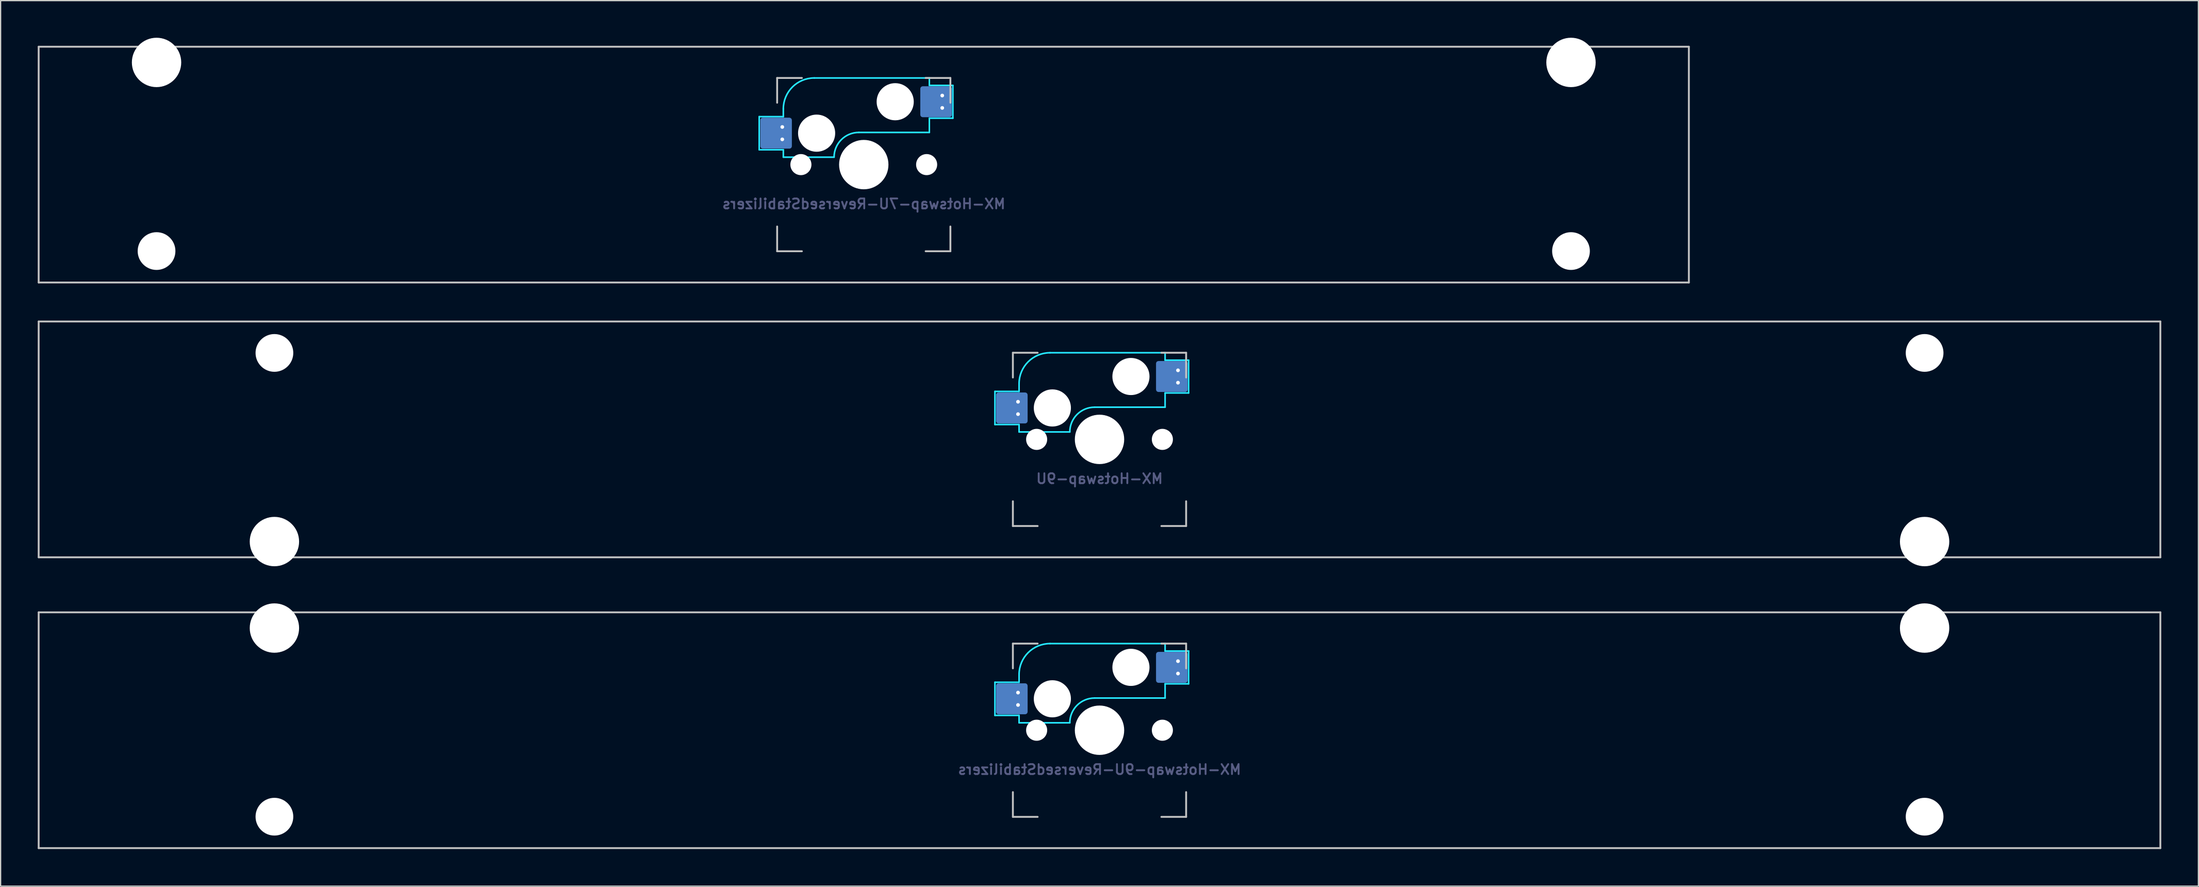
<source format=kicad_pcb>
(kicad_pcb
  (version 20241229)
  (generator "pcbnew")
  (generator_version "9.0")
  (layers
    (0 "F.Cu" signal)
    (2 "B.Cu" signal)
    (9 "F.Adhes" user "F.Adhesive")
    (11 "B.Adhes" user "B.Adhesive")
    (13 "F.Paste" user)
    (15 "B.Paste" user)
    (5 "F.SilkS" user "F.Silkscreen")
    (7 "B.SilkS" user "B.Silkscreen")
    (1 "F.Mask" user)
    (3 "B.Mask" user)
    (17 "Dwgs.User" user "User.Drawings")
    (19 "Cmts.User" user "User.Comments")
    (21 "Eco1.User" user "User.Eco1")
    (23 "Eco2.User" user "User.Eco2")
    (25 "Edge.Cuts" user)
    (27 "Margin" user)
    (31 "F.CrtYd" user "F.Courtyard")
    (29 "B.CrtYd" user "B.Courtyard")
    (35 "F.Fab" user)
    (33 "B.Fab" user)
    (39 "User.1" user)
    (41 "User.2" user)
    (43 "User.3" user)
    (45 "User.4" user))
  (footprint "MX-Hotswap-9U-ReversedStabilizers"
    (layer "F.Cu")
    (at 85.8 55.947)
    (property "Reference" "MX-Hotswap-9U-ReversedStabilizers" (at 0 3.175 0) (layer "B.Fab") (effects (font (size 0.8 0.8) (thickness 0.15)) (justify mirror)))
    (attr smd)
    (fp_line (start -85.725 9.525) (end -85.725 -9.525) (stroke (width 0.15) (type solid)) (layer "Dwgs.User"))
    (fp_line (start -7 -7) (end -7 -5) (stroke (width 0.15) (type solid)) (layer "Dwgs.User"))
    (fp_line (start -7 5) (end -7 7) (stroke (width 0.15) (type solid)) (layer "Dwgs.User"))
    (fp_line (start -7 7) (end -5 7) (stroke (width 0.15) (type solid)) (layer "Dwgs.User"))
    (fp_line (start -5 -7) (end -7 -7) (stroke (width 0.15) (type solid)) (layer "Dwgs.User"))
    (fp_line (start 5 -7) (end 7 -7) (stroke (width 0.15) (type solid)) (layer "Dwgs.User"))
    (fp_line (start 5 7) (end 7 7) (stroke (width 0.15) (type solid)) (layer "Dwgs.User"))
    (fp_line (start 7 -7) (end 7 -5) (stroke (width 0.15) (type solid)) (layer "Dwgs.User"))
    (fp_line (start 7 7) (end 7 5) (stroke (width 0.15) (type solid)) (layer "Dwgs.User"))
    (fp_line (start 85.725 -9.525) (end -85.725 -9.525) (stroke (width 0.15) (type solid)) (layer "Dwgs.User"))
    (fp_line (start 85.725 9.525) (end -85.725 9.525) (stroke (width 0.15) (type solid)) (layer "Dwgs.User"))
    (fp_line (start 85.725 9.525) (end 85.725 -9.525) (stroke (width 0.15) (type solid)) (layer "Dwgs.User"))
    (fp_line (start -8.45 -3.875) (end -8.45 -1.2) (stroke (width 0.127) (type solid)) (layer "B.CrtYd"))
    (fp_line (start -8.45 -1.2) (end -6.5 -1.2) (stroke (width 0.127) (type solid)) (layer "B.CrtYd"))
    (fp_line (start -6.5 -4.5) (end -6.5 -3.875) (stroke (width 0.127) (type solid)) (layer "B.CrtYd"))
    (fp_line (start -6.5 -3.875) (end -8.45 -3.875) (stroke (width 0.127) (type solid)) (layer "B.CrtYd"))
    (fp_line (start -6.5 -0.6) (end -6.5 -1.2) (stroke (width 0.127) (type solid)) (layer "B.CrtYd"))
    (fp_line (start -6.5 -0.6) (end -2.4 -0.6) (stroke (width 0.127) (type solid)) (layer "B.CrtYd"))
    (fp_line (start -0.4 -2.6) (end 5.3 -2.6) (stroke (width 0.127) (type solid)) (layer "B.CrtYd"))
    (fp_line (start 5.3 -7) (end -4 -7) (stroke (width 0.127) (type solid)) (layer "B.CrtYd"))
    (fp_line (start 5.3 -7) (end 5.3 -6.4) (stroke (width 0.127) (type solid)) (layer "B.CrtYd"))
    (fp_line (start 5.3 -6.4) (end 7.2 -6.4) (stroke (width 0.127) (type solid)) (layer "B.CrtYd"))
    (fp_line (start 5.3 -2.6) (end 5.3 -3.75) (stroke (width 0.127) (type solid)) (layer "B.CrtYd"))
    (fp_line (start 7.2 -6.4) (end 7.2 -3.75) (stroke (width 0.127) (type solid)) (layer "B.CrtYd"))
    (fp_line (start 7.2 -3.75) (end 5.3 -3.75) (stroke (width 0.127) (type solid)) (layer "B.CrtYd"))
    (fp_arc (start -6.5 -4.5) (mid -5.767767 -6.267767) (end -4 -7) (stroke (width 0.127) (type solid)) (layer "B.CrtYd"))
    (fp_arc (start -2.4 -0.6) (mid -1.814214 -2.014214) (end -0.4 -2.6) (stroke (width 0.127) (type solid)) (layer "B.CrtYd"))
    (pad "" np_thru_hole circle (at -66.675 -8.255) (size 3.988 3.988) (drill 3.988) (layers "*.Cu" "*.Mask"))
    (pad "" np_thru_hole circle (at -66.675 6.985) (size 3.048 3.048) (drill 3.048) (layers "*.Cu" "*.Mask"))
    (pad "" np_thru_hole circle (at -5.08 0 48.099) (size 1.702 1.702) (drill 1.702) (layers "*.Cu" "*.Mask"))
    (pad "" np_thru_hole circle (at -3.81 -2.54) (size 3 3) (drill 3) (layers "*.Cu" "*.Mask"))
    (pad "" np_thru_hole circle (at 0 0) (size 3.988 3.988) (drill 3.988) (layers "*.Cu" "*.Mask"))
    (pad "" np_thru_hole circle (at 2.54 -5.08) (size 3 3) (drill 3) (layers "*.Cu" "*.Mask"))
    (pad "" np_thru_hole circle (at 5.08 0 48.099) (size 1.702 1.702) (drill 1.702) (layers "*.Cu" "*.Mask"))
    (pad "" np_thru_hole circle (at 66.675 -8.255) (size 3.988 3.988) (drill 3.988) (layers "*.Cu" "*.Mask"))
    (pad "" np_thru_hole circle (at 66.675 6.985) (size 3.048 3.048) (drill 3.048) (layers "*.Cu" "*.Mask"))
    (pad "1" smd roundrect (at -7.085 -2.54) (size 2.55 2.5) (layers "B.Cu" "B.Mask" "B.Paste") (roundrect_rratio 0.08))
    (pad "1" thru_hole circle (at -6.585 -3.04) (size 0.6 0.6) (drill 0.3) (layers "*.Cu" "*.Mask"))
    (pad "1" thru_hole circle (at -6.585 -2.04) (size 0.6 0.6) (drill 0.3) (layers "*.Cu" "*.Mask"))
    (pad "2" smd roundrect (at 5.842 -5.08) (size 2.55 2.5) (layers "B.Cu" "B.Mask" "B.Paste") (roundrect_rratio 0.08))
    (pad "2" thru_hole circle (at 6.342 -5.58) (size 0.6 0.6) (drill 0.3) (layers "*.Cu" "*.Mask"))
    (pad "2" thru_hole circle (at 6.342 -4.58) (size 0.6 0.6) (drill 0.3) (layers "*.Cu" "*.Mask")))
  (footprint "MX-Hotswap-9U"
    (layer "F.Cu")
    (at 85.8 32.449)
    (property "Reference" "MX-Hotswap-9U" (at 0 3.175 0) (layer "B.Fab") (effects (font (size 0.8 0.8) (thickness 0.15)) (justify mirror)))
    (attr smd)
    (fp_line (start -85.725 9.525) (end -85.725 -9.525) (stroke (width 0.15) (type solid)) (layer "Dwgs.User"))
    (fp_line (start -7 -7) (end -7 -5) (stroke (width 0.15) (type solid)) (layer "Dwgs.User"))
    (fp_line (start -7 5) (end -7 7) (stroke (width 0.15) (type solid)) (layer "Dwgs.User"))
    (fp_line (start -7 7) (end -5 7) (stroke (width 0.15) (type solid)) (layer "Dwgs.User"))
    (fp_line (start -5 -7) (end -7 -7) (stroke (width 0.15) (type solid)) (layer "Dwgs.User"))
    (fp_line (start 5 -7) (end 7 -7) (stroke (width 0.15) (type solid)) (layer "Dwgs.User"))
    (fp_line (start 5 7) (end 7 7) (stroke (width 0.15) (type solid)) (layer "Dwgs.User"))
    (fp_line (start 7 -7) (end 7 -5) (stroke (width 0.15) (type solid)) (layer "Dwgs.User"))
    (fp_line (start 7 7) (end 7 5) (stroke (width 0.15) (type solid)) (layer "Dwgs.User"))
    (fp_line (start 85.725 -9.525) (end -85.725 -9.525) (stroke (width 0.15) (type solid)) (layer "Dwgs.User"))
    (fp_line (start 85.725 9.525) (end -85.725 9.525) (stroke (width 0.15) (type solid)) (layer "Dwgs.User"))
    (fp_line (start 85.725 9.525) (end 85.725 -9.525) (stroke (width 0.15) (type solid)) (layer "Dwgs.User"))
    (fp_line (start -8.45 -3.875) (end -8.45 -1.2) (stroke (width 0.127) (type solid)) (layer "B.CrtYd"))
    (fp_line (start -8.45 -1.2) (end -6.5 -1.2) (stroke (width 0.127) (type solid)) (layer "B.CrtYd"))
    (fp_line (start -6.5 -4.5) (end -6.5 -3.875) (stroke (width 0.127) (type solid)) (layer "B.CrtYd"))
    (fp_line (start -6.5 -3.875) (end -8.45 -3.875) (stroke (width 0.127) (type solid)) (layer "B.CrtYd"))
    (fp_line (start -6.5 -0.6) (end -6.5 -1.2) (stroke (width 0.127) (type solid)) (layer "B.CrtYd"))
    (fp_line (start -6.5 -0.6) (end -2.4 -0.6) (stroke (width 0.127) (type solid)) (layer "B.CrtYd"))
    (fp_line (start -0.4 -2.6) (end 5.3 -2.6) (stroke (width 0.127) (type solid)) (layer "B.CrtYd"))
    (fp_line (start 5.3 -7) (end -4 -7) (stroke (width 0.127) (type solid)) (layer "B.CrtYd"))
    (fp_line (start 5.3 -7) (end 5.3 -6.4) (stroke (width 0.127) (type solid)) (layer "B.CrtYd"))
    (fp_line (start 5.3 -6.4) (end 7.2 -6.4) (stroke (width 0.127) (type solid)) (layer "B.CrtYd"))
    (fp_line (start 5.3 -2.6) (end 5.3 -3.75) (stroke (width 0.127) (type solid)) (layer "B.CrtYd"))
    (fp_line (start 7.2 -6.4) (end 7.2 -3.75) (stroke (width 0.127) (type solid)) (layer "B.CrtYd"))
    (fp_line (start 7.2 -3.75) (end 5.3 -3.75) (stroke (width 0.127) (type solid)) (layer "B.CrtYd"))
    (fp_arc (start -6.5 -4.5) (mid -5.767767 -6.267767) (end -4 -7) (stroke (width 0.127) (type solid)) (layer "B.CrtYd"))
    (fp_arc (start -2.4 -0.6) (mid -1.814214 -2.014214) (end -0.4 -2.6) (stroke (width 0.127) (type solid)) (layer "B.CrtYd"))
    (pad "" np_thru_hole circle (at -66.675 -6.985) (size 3.048 3.048) (drill 3.048) (layers "*.Cu" "*.Mask"))
    (pad "" np_thru_hole circle (at -66.675 8.255) (size 3.988 3.988) (drill 3.988) (layers "*.Cu" "*.Mask"))
    (pad "" np_thru_hole circle (at -5.08 0 48.099) (size 1.702 1.702) (drill 1.702) (layers "*.Cu" "*.Mask"))
    (pad "" np_thru_hole circle (at -3.81 -2.54) (size 3 3) (drill 3) (layers "*.Cu" "*.Mask"))
    (pad "" np_thru_hole circle (at 0 0) (size 3.988 3.988) (drill 3.988) (layers "*.Cu" "*.Mask"))
    (pad "" np_thru_hole circle (at 2.54 -5.08) (size 3 3) (drill 3) (layers "*.Cu" "*.Mask"))
    (pad "" np_thru_hole circle (at 5.08 0 48.099) (size 1.702 1.702) (drill 1.702) (layers "*.Cu" "*.Mask"))
    (pad "" np_thru_hole circle (at 66.675 -6.985) (size 3.048 3.048) (drill 3.048) (layers "*.Cu" "*.Mask"))
    (pad "" np_thru_hole circle (at 66.675 8.255) (size 3.988 3.988) (drill 3.988) (layers "*.Cu" "*.Mask"))
    (pad "1" smd roundrect (at -7.085 -2.54) (size 2.55 2.5) (layers "B.Cu" "B.Mask" "B.Paste") (roundrect_rratio 0.08))
    (pad "1" thru_hole circle (at -6.585 -3.04) (size 0.6 0.6) (drill 0.3) (layers "*.Cu" "*.Mask"))
    (pad "1" thru_hole circle (at -6.585 -2.04) (size 0.6 0.6) (drill 0.3) (layers "*.Cu" "*.Mask"))
    (pad "2" smd roundrect (at 5.842 -5.08) (size 2.55 2.5) (layers "B.Cu" "B.Mask" "B.Paste") (roundrect_rratio 0.08))
    (pad "2" thru_hole circle (at 6.342 -5.58) (size 0.6 0.6) (drill 0.3) (layers "*.Cu" "*.Mask"))
    (pad "2" thru_hole circle (at 6.342 -4.58) (size 0.6 0.6) (drill 0.3) (layers "*.Cu" "*.Mask")))
  (footprint "MX-Hotswap-7U-ReversedStabilizers"
    (layer "F.Cu")
    (at 66.75 10.249)
    (property "Reference" "MX-Hotswap-7U-ReversedStabilizers" (at 0 3.175 0) (layer "B.Fab") (effects (font (size 0.8 0.8) (thickness 0.15)) (justify mirror)))
    (attr smd)
    (fp_line (start -66.675 9.525) (end -66.675 -9.525) (stroke (width 0.15) (type solid)) (layer "Dwgs.User"))
    (fp_line (start -7 -7) (end -7 -5) (stroke (width 0.15) (type solid)) (layer "Dwgs.User"))
    (fp_line (start -7 5) (end -7 7) (stroke (width 0.15) (type solid)) (layer "Dwgs.User"))
    (fp_line (start -7 7) (end -5 7) (stroke (width 0.15) (type solid)) (layer "Dwgs.User"))
    (fp_line (start -5 -7) (end -7 -7) (stroke (width 0.15) (type solid)) (layer "Dwgs.User"))
    (fp_line (start 5 -7) (end 7 -7) (stroke (width 0.15) (type solid)) (layer "Dwgs.User"))
    (fp_line (start 5 7) (end 7 7) (stroke (width 0.15) (type solid)) (layer "Dwgs.User"))
    (fp_line (start 7 -7) (end 7 -5) (stroke (width 0.15) (type solid)) (layer "Dwgs.User"))
    (fp_line (start 7 7) (end 7 5) (stroke (width 0.15) (type solid)) (layer "Dwgs.User"))
    (fp_line (start 66.675 -9.525) (end -66.675 -9.525) (stroke (width 0.15) (type solid)) (layer "Dwgs.User"))
    (fp_line (start 66.675 9.525) (end -66.675 9.525) (stroke (width 0.15) (type solid)) (layer "Dwgs.User"))
    (fp_line (start 66.675 9.525) (end 66.675 -9.525) (stroke (width 0.15) (type solid)) (layer "Dwgs.User"))
    (fp_line (start -8.45 -3.875) (end -8.45 -1.2) (stroke (width 0.127) (type solid)) (layer "B.CrtYd"))
    (fp_line (start -8.45 -1.2) (end -6.5 -1.2) (stroke (width 0.127) (type solid)) (layer "B.CrtYd"))
    (fp_line (start -6.5 -4.5) (end -6.5 -3.875) (stroke (width 0.127) (type solid)) (layer "B.CrtYd"))
    (fp_line (start -6.5 -3.875) (end -8.45 -3.875) (stroke (width 0.127) (type solid)) (layer "B.CrtYd"))
    (fp_line (start -6.5 -0.6) (end -6.5 -1.2) (stroke (width 0.127) (type solid)) (layer "B.CrtYd"))
    (fp_line (start -6.5 -0.6) (end -2.4 -0.6) (stroke (width 0.127) (type solid)) (layer "B.CrtYd"))
    (fp_line (start -0.4 -2.6) (end 5.3 -2.6) (stroke (width 0.127) (type solid)) (layer "B.CrtYd"))
    (fp_line (start 5.3 -7) (end -4 -7) (stroke (width 0.127) (type solid)) (layer "B.CrtYd"))
    (fp_line (start 5.3 -7) (end 5.3 -6.4) (stroke (width 0.127) (type solid)) (layer "B.CrtYd"))
    (fp_line (start 5.3 -6.4) (end 7.2 -6.4) (stroke (width 0.127) (type solid)) (layer "B.CrtYd"))
    (fp_line (start 5.3 -2.6) (end 5.3 -3.75) (stroke (width 0.127) (type solid)) (layer "B.CrtYd"))
    (fp_line (start 7.2 -6.4) (end 7.2 -3.75) (stroke (width 0.127) (type solid)) (layer "B.CrtYd"))
    (fp_line (start 7.2 -3.75) (end 5.3 -3.75) (stroke (width 0.127) (type solid)) (layer "B.CrtYd"))
    (fp_arc (start -6.5 -4.5) (mid -5.767767 -6.267767) (end -4 -7) (stroke (width 0.127) (type solid)) (layer "B.CrtYd"))
    (fp_arc (start -2.4 -0.6) (mid -1.814214 -2.014214) (end -0.4 -2.6) (stroke (width 0.127) (type solid)) (layer "B.CrtYd"))
    (pad "" np_thru_hole circle (at -57.15 -8.255) (size 3.988 3.988) (drill 3.988) (layers "*.Cu" "*.Mask"))
    (pad "" np_thru_hole circle (at -57.15 6.985) (size 3.048 3.048) (drill 3.048) (layers "*.Cu" "*.Mask"))
    (pad "" np_thru_hole circle (at -5.08 0 48.099) (size 1.702 1.702) (drill 1.702) (layers "*.Cu" "*.Mask"))
    (pad "" np_thru_hole circle (at -3.81 -2.54) (size 3 3) (drill 3) (layers "*.Cu" "*.Mask"))
    (pad "" np_thru_hole circle (at 0 0) (size 3.988 3.988) (drill 3.988) (layers "*.Cu" "*.Mask"))
    (pad "" np_thru_hole circle (at 2.54 -5.08) (size 3 3) (drill 3) (layers "*.Cu" "*.Mask"))
    (pad "" np_thru_hole circle (at 5.08 0 48.099) (size 1.702 1.702) (drill 1.702) (layers "*.Cu" "*.Mask"))
    (pad "" np_thru_hole circle (at 57.15 -8.255) (size 3.988 3.988) (drill 3.988) (layers "*.Cu" "*.Mask"))
    (pad "" np_thru_hole circle (at 57.15 6.985) (size 3.048 3.048) (drill 3.048) (layers "*.Cu" "*.Mask"))
    (pad "1" smd roundrect (at -7.085 -2.54) (size 2.55 2.5) (layers "B.Cu" "B.Mask" "B.Paste") (roundrect_rratio 0.08))
    (pad "1" thru_hole circle (at -6.585 -3.04) (size 0.6 0.6) (drill 0.3) (layers "*.Cu" "*.Mask"))
    (pad "1" thru_hole circle (at -6.585 -2.04) (size 0.6 0.6) (drill 0.3) (layers "*.Cu" "*.Mask"))
    (pad "2" smd roundrect (at 5.842 -5.08) (size 2.55 2.5) (layers "B.Cu" "B.Mask" "B.Paste") (roundrect_rratio 0.08))
    (pad "2" thru_hole circle (at 6.342 -5.58) (size 0.6 0.6) (drill 0.3) (layers "*.Cu" "*.Mask"))
    (pad "2" thru_hole circle (at 6.342 -4.58) (size 0.6 0.6) (drill 0.3) (layers "*.Cu" "*.Mask")))
  (gr_rect
    (start -3 -3)
    (end 174.6 68.547)
    (stroke (width 0.1) (type default))
    (fill no)
    (layer "Edge.Cuts")))
</source>
